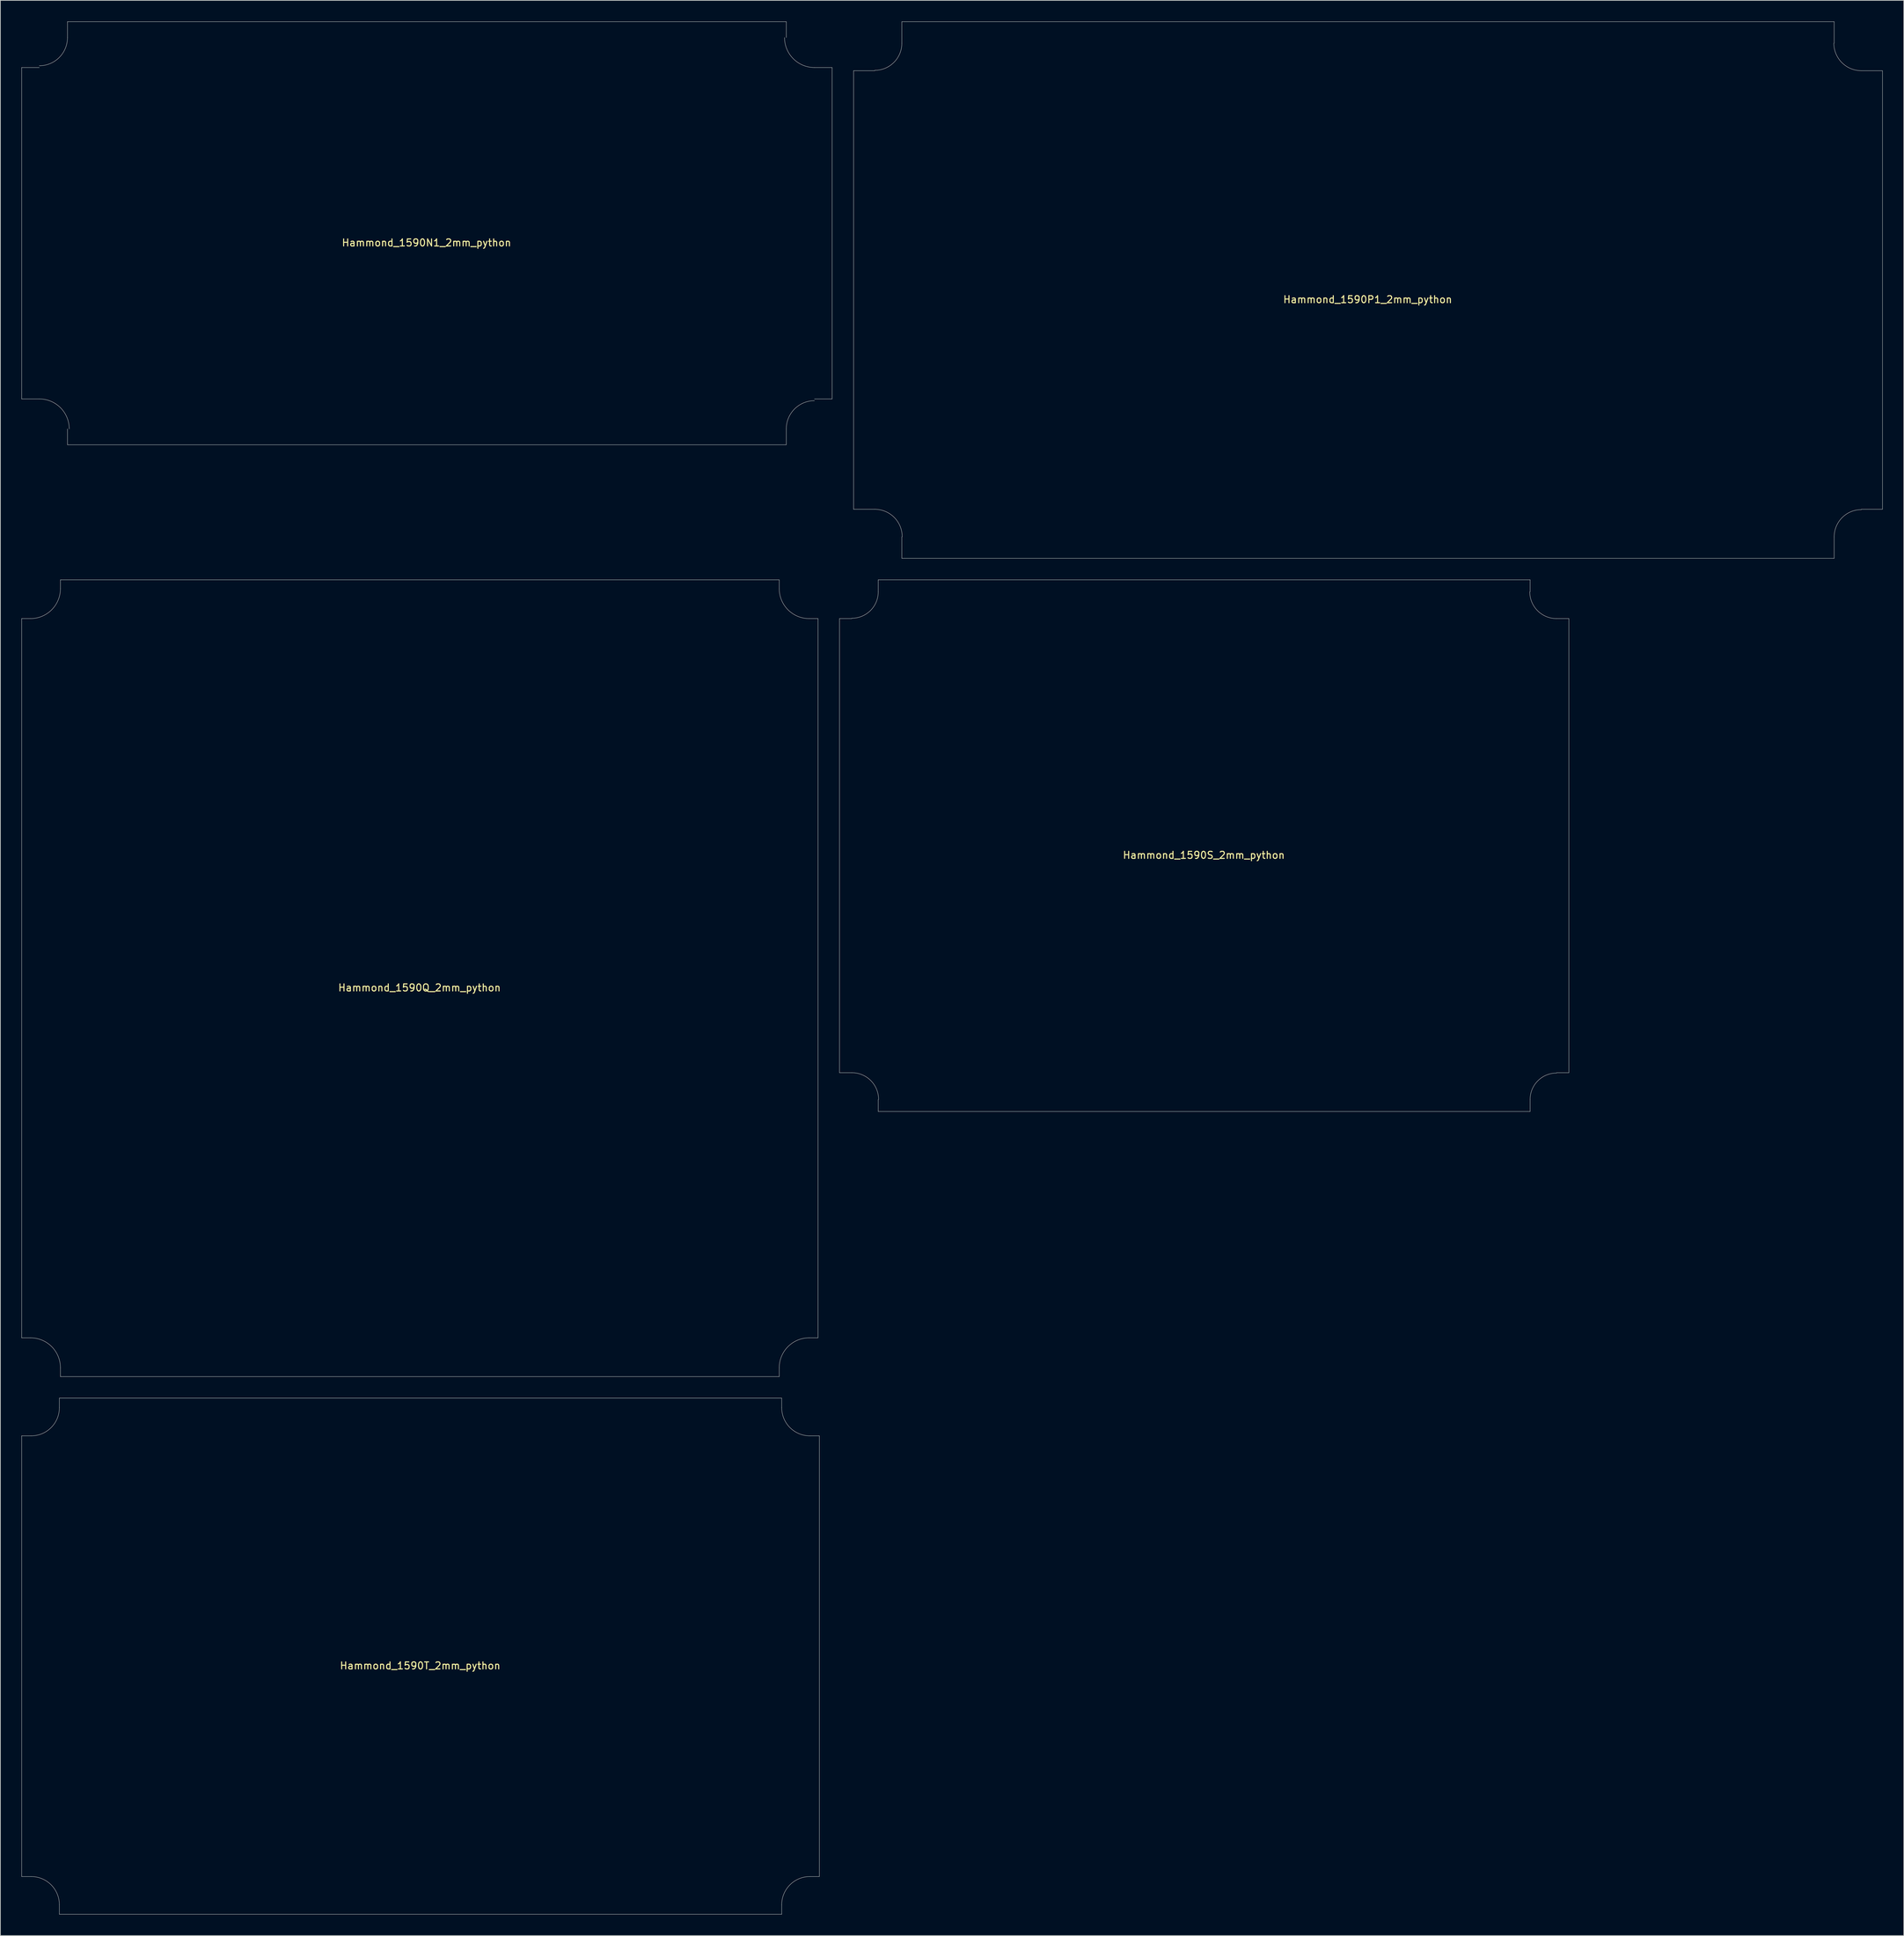
<source format=kicad_pcb>
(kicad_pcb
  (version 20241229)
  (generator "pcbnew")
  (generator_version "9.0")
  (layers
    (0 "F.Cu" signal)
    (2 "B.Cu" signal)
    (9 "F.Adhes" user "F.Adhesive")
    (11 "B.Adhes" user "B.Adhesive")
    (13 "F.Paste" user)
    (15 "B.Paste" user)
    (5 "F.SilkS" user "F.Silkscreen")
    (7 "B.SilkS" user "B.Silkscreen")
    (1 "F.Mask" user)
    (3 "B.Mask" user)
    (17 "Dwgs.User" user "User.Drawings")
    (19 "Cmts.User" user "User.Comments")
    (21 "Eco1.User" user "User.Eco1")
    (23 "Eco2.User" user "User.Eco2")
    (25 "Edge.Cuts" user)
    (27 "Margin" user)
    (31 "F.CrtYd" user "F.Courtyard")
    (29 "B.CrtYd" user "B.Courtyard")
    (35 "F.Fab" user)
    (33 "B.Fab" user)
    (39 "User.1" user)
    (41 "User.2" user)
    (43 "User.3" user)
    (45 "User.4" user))
  (footprint "Hammond_1590Q_2mm_python"
    (layer "F.Cu")
    (at 56.525 135.675)
    (property "Reference" "Hammond_1590Q_2mm_python" (at -0.05 1.35 0) (layer "F.SilkS") (effects (font (size 1 1) (thickness 0.15))))
    (attr through_hole)
    (fp_line (start -56.5 -51) (end -56.5 51) (stroke (width 0.05) (type solid)) (layer "Edge.Cuts"))
    (fp_line (start -55.25 -51) (end -56.5 -51) (stroke (width 0.05) (type solid)) (layer "Edge.Cuts"))
    (fp_line (start -55.25 51) (end -56.5 51) (stroke (width 0.05) (type solid)) (layer "Edge.Cuts"))
    (fp_line (start -51 -56.5) (end 51 -56.5) (stroke (width 0.05) (type solid)) (layer "Edge.Cuts"))
    (fp_line (start -51 -55.25) (end -51 -56.5) (stroke (width 0.05) (type solid)) (layer "Edge.Cuts"))
    (fp_line (start -51 55.25) (end -51 56.5) (stroke (width 0.05) (type solid)) (layer "Edge.Cuts"))
    (fp_line (start -51 56.5) (end 51 56.5) (stroke (width 0.05) (type solid)) (layer "Edge.Cuts"))
    (fp_line (start 51 -55.25) (end 51 -56.5) (stroke (width 0.05) (type solid)) (layer "Edge.Cuts"))
    (fp_line (start 51 55.25) (end 51 56.5) (stroke (width 0.05) (type solid)) (layer "Edge.Cuts"))
    (fp_line (start 55.25 -51) (end 56.5 -51) (stroke (width 0.05) (type solid)) (layer "Edge.Cuts"))
    (fp_line (start 55.25 51) (end 56.5 51) (stroke (width 0.05) (type solid)) (layer "Edge.Cuts"))
    (fp_line (start 56.5 -51) (end 56.5 51) (stroke (width 0.05) (type solid)) (layer "Edge.Cuts"))
    (fp_arc (start -55.25 51) (mid -52.244796 52.244796) (end -51 55.25) (stroke (width 0.05) (type solid)) (layer "Edge.Cuts"))
    (fp_arc (start -51 -55.25) (mid -52.244796 -52.244796) (end -55.25 -51) (stroke (width 0.05) (type solid)) (layer "Edge.Cuts"))
    (fp_arc (start 51 55.25) (mid 52.244796 52.244796) (end 55.25 51) (stroke (width 0.05) (type solid)) (layer "Edge.Cuts"))
    (fp_arc (start 55.25 -51) (mid 52.244796 -52.244796) (end 51 -55.25) (stroke (width 0.05) (type solid)) (layer "Edge.Cuts")))
  (footprint "Hammond_1590N1_2mm_python"
    (layer "F.Cu")
    (at 57.525 30.025)
    (property "Reference" "Hammond_1590N1_2mm_python" (at -0.05 1.35 0) (layer "F.SilkS") (effects (font (size 1 1) (thickness 0.15))))
    (attr through_hole)
    (fp_line (start -57.5 -23.5) (end -57.5 23.5) (stroke (width 0.05) (type solid)) (layer "Edge.Cuts"))
    (fp_line (start -55 -23.5) (end -57.5 -23.5) (stroke (width 0.05) (type solid)) (layer "Edge.Cuts"))
    (fp_line (start -55 23.5) (end -57.5 23.5) (stroke (width 0.05) (type solid)) (layer "Edge.Cuts"))
    (fp_line (start -51 -30) (end 51 -30) (stroke (width 0.05) (type solid)) (layer "Edge.Cuts"))
    (fp_line (start -51 -27.75) (end -51 -30) (stroke (width 0.05) (type solid)) (layer "Edge.Cuts"))
    (fp_line (start -51 27.75) (end -51 30) (stroke (width 0.05) (type solid)) (layer "Edge.Cuts"))
    (fp_line (start -51 30) (end 51 30) (stroke (width 0.05) (type solid)) (layer "Edge.Cuts"))
    (fp_line (start 51 -27.75) (end 51 -30) (stroke (width 0.05) (type solid)) (layer "Edge.Cuts"))
    (fp_line (start 51 27.75) (end 51 30) (stroke (width 0.05) (type solid)) (layer "Edge.Cuts"))
    (fp_line (start 55 -23.5) (end 57.5 -23.5) (stroke (width 0.05) (type solid)) (layer "Edge.Cuts"))
    (fp_line (start 55 23.5) (end 57.5 23.5) (stroke (width 0.05) (type solid)) (layer "Edge.Cuts"))
    (fp_line (start 57.5 -23.5) (end 57.5 23.5) (stroke (width 0.05) (type solid)) (layer "Edge.Cuts"))
    (fp_arc (start -55 23.5) (mid -51.994796 24.744796) (end -50.75 27.75) (stroke (width 0.05) (type solid)) (layer "Edge.Cuts"))
    (fp_arc (start -51 -27.75) (mid -52.171573 -24.921573) (end -55 -23.75) (stroke (width 0.05) (type solid)) (layer "Edge.Cuts"))
    (fp_arc (start 51 27.75) (mid 52.171573 24.921573) (end 55 23.75) (stroke (width 0.05) (type solid)) (layer "Edge.Cuts"))
    (fp_arc (start 55 -23.5) (mid 51.994796 -24.744796) (end 50.75 -27.75) (stroke (width 0.05) (type solid)) (layer "Edge.Cuts")))
  (footprint "Hammond_1590S_2mm_python"
    (layer "F.Cu")
    (at 167.825 116.875)
    (property "Reference" "Hammond_1590S_2mm_python" (at -0.05 1.35 0) (layer "F.SilkS") (effects (font (size 1 1) (thickness 0.15))))
    (attr through_hole)
    (fp_line (start -51.75 -32.2) (end -51.75 32.2) (stroke (width 0.05) (type solid)) (layer "Edge.Cuts"))
    (fp_line (start -50 -32.2) (end -51.75 -32.2) (stroke (width 0.05) (type solid)) (layer "Edge.Cuts"))
    (fp_line (start -50 32.2) (end -51.75 32.2) (stroke (width 0.05) (type solid)) (layer "Edge.Cuts"))
    (fp_line (start -46.25 -37.7) (end 46.25 -37.7) (stroke (width 0.05) (type solid)) (layer "Edge.Cuts"))
    (fp_line (start -46.25 -36) (end -46.25 -37.7) (stroke (width 0.05) (type solid)) (layer "Edge.Cuts"))
    (fp_line (start -46.25 36) (end -46.25 37.7) (stroke (width 0.05) (type solid)) (layer "Edge.Cuts"))
    (fp_line (start -46.25 37.7) (end 46.25 37.7) (stroke (width 0.05) (type solid)) (layer "Edge.Cuts"))
    (fp_line (start 46.25 -36) (end 46.25 -37.7) (stroke (width 0.05) (type solid)) (layer "Edge.Cuts"))
    (fp_line (start 46.25 36) (end 46.25 37.7) (stroke (width 0.05) (type solid)) (layer "Edge.Cuts"))
    (fp_line (start 50 -32.2) (end 51.75 -32.2) (stroke (width 0.05) (type solid)) (layer "Edge.Cuts"))
    (fp_line (start 50 32.2) (end 51.75 32.2) (stroke (width 0.05) (type solid)) (layer "Edge.Cuts"))
    (fp_line (start 51.75 -32.2) (end 51.75 32.2) (stroke (width 0.05) (type solid)) (layer "Edge.Cuts"))
    (fp_arc (start -50 32.2) (mid -47.312994 33.312994) (end -46.2 36) (stroke (width 0.05) (type solid)) (layer "Edge.Cuts"))
    (fp_arc (start -46.25 -36) (mid -47.34835 -33.34835) (end -50 -32.25) (stroke (width 0.05) (type solid)) (layer "Edge.Cuts"))
    (fp_arc (start 46.25 36) (mid 47.34835 33.34835) (end 50 32.25) (stroke (width 0.05) (type solid)) (layer "Edge.Cuts"))
    (fp_arc (start 50 -32.2) (mid 47.312994 -33.312994) (end 46.2 -36) (stroke (width 0.05) (type solid)) (layer "Edge.Cuts")))
  (footprint "Hammond_1590P1_2mm_python"
    (layer "F.Cu")
    (at 191.075 38.075)
    (property "Reference" "Hammond_1590P1_2mm_python" (at -0.05 1.35 0) (layer "F.SilkS") (effects (font (size 1 1) (thickness 0.15))))
    (attr through_hole)
    (fp_line (start -73 -31.1) (end -73 31.1) (stroke (width 0.05) (type solid)) (layer "Edge.Cuts"))
    (fp_line (start -70 -31.1) (end -73 -31.1) (stroke (width 0.05) (type solid)) (layer "Edge.Cuts"))
    (fp_line (start -70 31.1) (end -73 31.1) (stroke (width 0.05) (type solid)) (layer "Edge.Cuts"))
    (fp_line (start -66.15 -38.05) (end 66.15 -38.05) (stroke (width 0.05) (type solid)) (layer "Edge.Cuts"))
    (fp_line (start -66.15 -35) (end -66.15 -38.05) (stroke (width 0.05) (type solid)) (layer "Edge.Cuts"))
    (fp_line (start -66.15 35) (end -66.15 38.05) (stroke (width 0.05) (type solid)) (layer "Edge.Cuts"))
    (fp_line (start -66.15 38.05) (end 66.15 38.05) (stroke (width 0.05) (type solid)) (layer "Edge.Cuts"))
    (fp_line (start 66.15 -35) (end 66.15 -38.05) (stroke (width 0.05) (type solid)) (layer "Edge.Cuts"))
    (fp_line (start 66.15 35) (end 66.15 38.05) (stroke (width 0.05) (type solid)) (layer "Edge.Cuts"))
    (fp_line (start 70 -31.1) (end 73 -31.1) (stroke (width 0.05) (type solid)) (layer "Edge.Cuts"))
    (fp_line (start 70 31.1) (end 73 31.1) (stroke (width 0.05) (type solid)) (layer "Edge.Cuts"))
    (fp_line (start 73 -31.1) (end 73 31.1) (stroke (width 0.05) (type solid)) (layer "Edge.Cuts"))
    (fp_arc (start -70 31.1) (mid -67.242284 32.242284) (end -66.1 35) (stroke (width 0.05) (type solid)) (layer "Edge.Cuts"))
    (fp_arc (start -66.15 -35) (mid -67.277639 -32.277639) (end -70 -31.15) (stroke (width 0.05) (type solid)) (layer "Edge.Cuts"))
    (fp_arc (start 66.15 35) (mid 67.277639 32.277639) (end 70 31.15) (stroke (width 0.05) (type solid)) (layer "Edge.Cuts"))
    (fp_arc (start 70 -31.1) (mid 67.242284 -32.242284) (end 66.1 -35) (stroke (width 0.05) (type solid)) (layer "Edge.Cuts")))
  (footprint "Hammond_1590T_2mm_python"
    (layer "F.Cu")
    (at 56.625 231.825)
    (property "Reference" "Hammond_1590T_2mm_python" (at -0.05 1.35 0) (layer "F.SilkS") (effects (font (size 1 1) (thickness 0.15))))
    (attr through_hole)
    (fp_line (start -56.6 -31.25) (end -56.6 31.25) (stroke (width 0.05) (type solid)) (layer "Edge.Cuts"))
    (fp_line (start -55.25 -31.25) (end -56.6 -31.25) (stroke (width 0.05) (type solid)) (layer "Edge.Cuts"))
    (fp_line (start -55.25 31.25) (end -56.6 31.25) (stroke (width 0.05) (type solid)) (layer "Edge.Cuts"))
    (fp_line (start -51.25 -36.6) (end 51.25 -36.6) (stroke (width 0.05) (type solid)) (layer "Edge.Cuts"))
    (fp_line (start -51.25 -35.25) (end -51.25 -36.6) (stroke (width 0.05) (type solid)) (layer "Edge.Cuts"))
    (fp_line (start -51.25 35.25) (end -51.25 36.6) (stroke (width 0.05) (type solid)) (layer "Edge.Cuts"))
    (fp_line (start -51.25 36.6) (end 51.25 36.6) (stroke (width 0.05) (type solid)) (layer "Edge.Cuts"))
    (fp_line (start 51.25 -35.25) (end 51.25 -36.6) (stroke (width 0.05) (type solid)) (layer "Edge.Cuts"))
    (fp_line (start 51.25 35.25) (end 51.25 36.6) (stroke (width 0.05) (type solid)) (layer "Edge.Cuts"))
    (fp_line (start 55.25 -31.25) (end 56.6 -31.25) (stroke (width 0.05) (type solid)) (layer "Edge.Cuts"))
    (fp_line (start 55.25 31.25) (end 56.6 31.25) (stroke (width 0.05) (type solid)) (layer "Edge.Cuts"))
    (fp_line (start 56.6 -31.25) (end 56.6 31.25) (stroke (width 0.05) (type solid)) (layer "Edge.Cuts"))
    (fp_arc (start -55.25 31.25) (mid -52.421573 32.421573) (end -51.25 35.25) (stroke (width 0.05) (type solid)) (layer "Edge.Cuts"))
    (fp_arc (start -51.25 -35.25) (mid -52.421573 -32.421573) (end -55.25 -31.25) (stroke (width 0.05) (type solid)) (layer "Edge.Cuts"))
    (fp_arc (start 51.25 35.25) (mid 52.421573 32.421573) (end 55.25 31.25) (stroke (width 0.05) (type solid)) (layer "Edge.Cuts"))
    (fp_arc (start 55.25 -31.25) (mid 52.421573 -32.421573) (end 51.25 -35.25) (stroke (width 0.05) (type solid)) (layer "Edge.Cuts")))
  (gr_rect
    (start -3 -3)
    (end 267.1 271.45)
    (stroke (width 0.1) (type default))
    (fill no)
    (layer "Edge.Cuts")))
</source>
